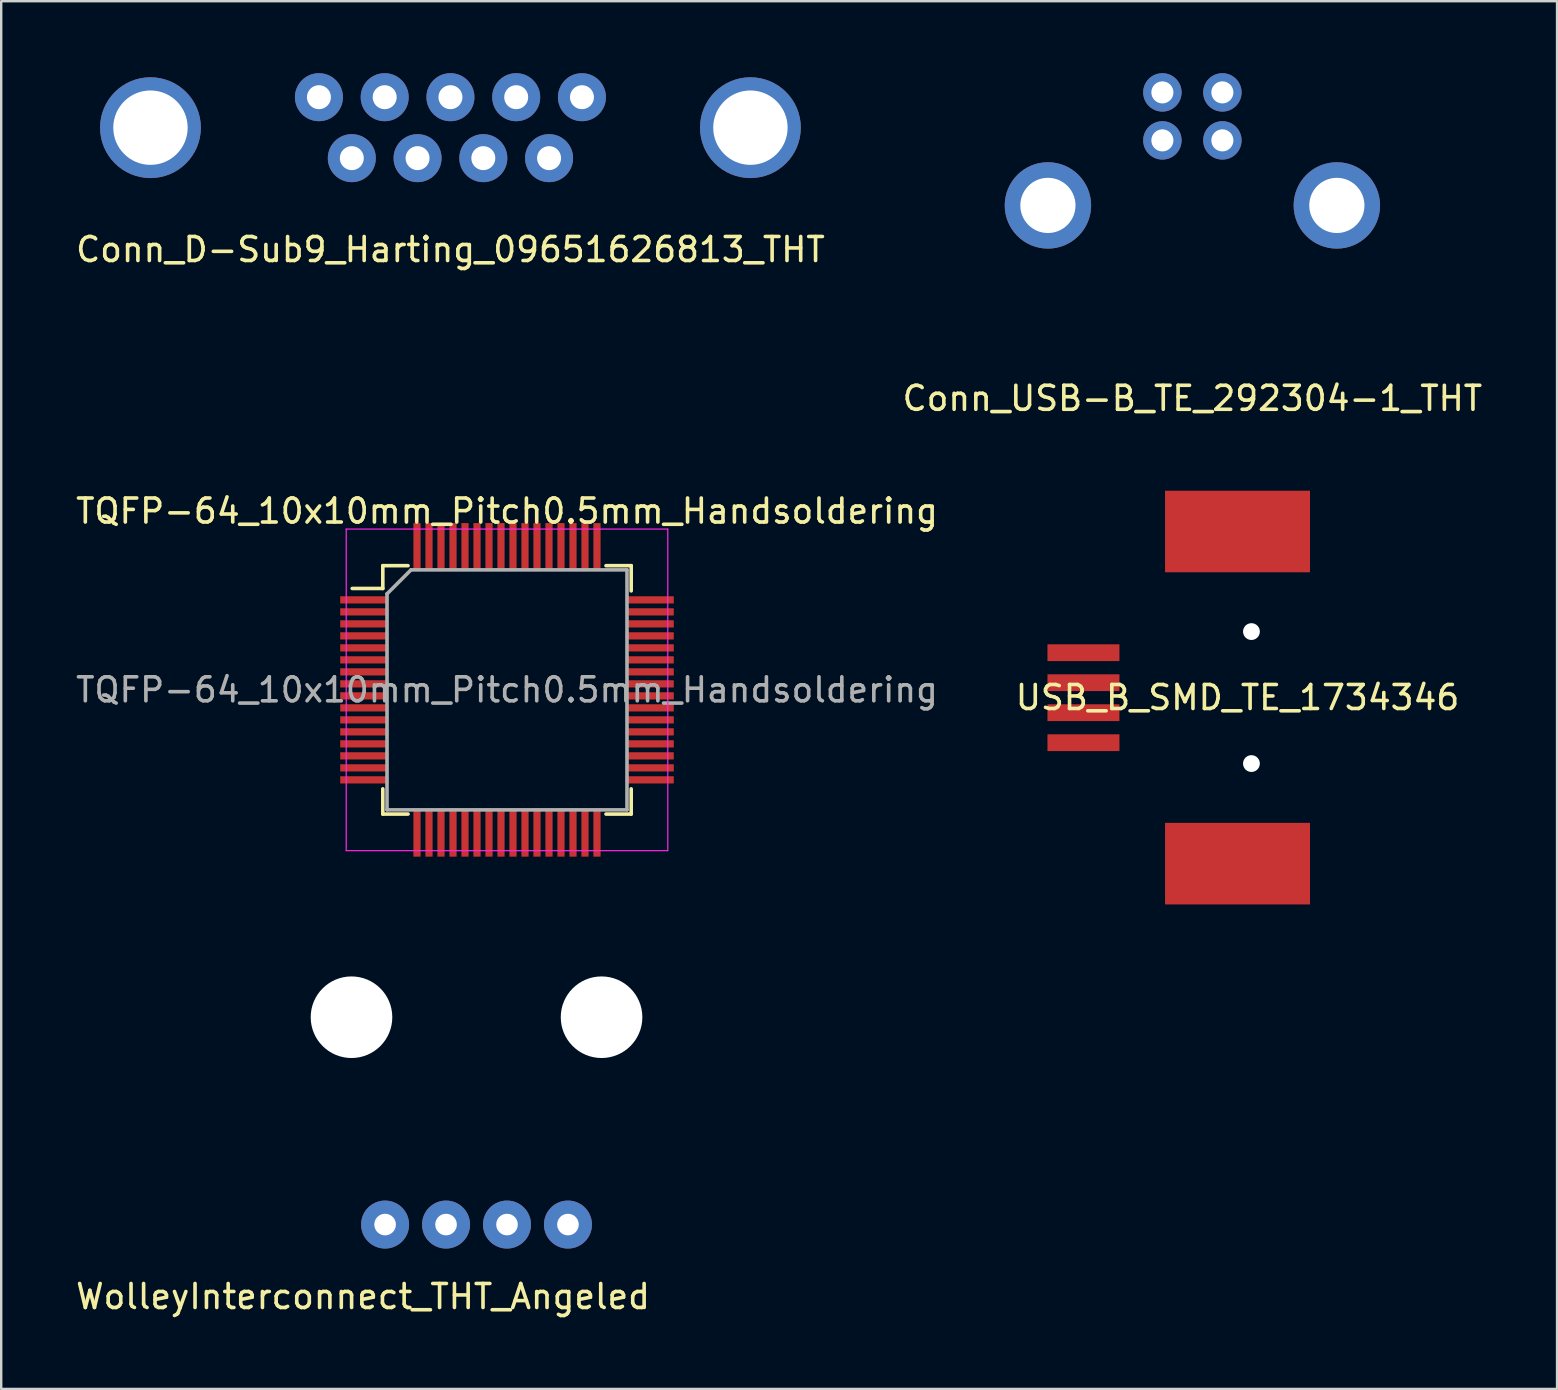
<source format=kicad_pcb>
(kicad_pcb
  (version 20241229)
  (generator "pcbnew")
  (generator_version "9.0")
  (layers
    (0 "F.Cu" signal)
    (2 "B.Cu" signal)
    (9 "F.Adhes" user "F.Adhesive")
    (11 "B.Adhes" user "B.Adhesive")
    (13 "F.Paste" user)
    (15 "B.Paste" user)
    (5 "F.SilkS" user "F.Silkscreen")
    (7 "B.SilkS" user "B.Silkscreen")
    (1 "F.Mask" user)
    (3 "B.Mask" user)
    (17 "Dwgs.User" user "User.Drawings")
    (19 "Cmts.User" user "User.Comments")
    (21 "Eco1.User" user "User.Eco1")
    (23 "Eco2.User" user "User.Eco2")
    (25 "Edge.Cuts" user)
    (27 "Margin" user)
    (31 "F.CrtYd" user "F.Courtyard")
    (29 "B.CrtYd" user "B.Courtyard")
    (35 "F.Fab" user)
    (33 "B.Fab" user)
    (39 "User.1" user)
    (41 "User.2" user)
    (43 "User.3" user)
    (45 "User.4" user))
  (footprint "USB_B_SMD_TE_1734346"
    (layer "F.Cu")
    (at 58.098 26.018)
    (property "Reference" "USB_B_SMD_TE_1734346" (at -9.58 0 0) (layer "F.SilkS") (effects (font (size 1 1) (thickness 0.15))))
    (attr through_hole)
    (pad "" np_thru_hole circle (at -9 -2.75) (size 0.7 0.7) (drill 0.7) (layers "*.Cu" "*.Mask"))
    (pad "" np_thru_hole circle (at -9 2.75) (size 0.7 0.7) (drill 0.7) (layers "*.Cu" "*.Mask"))
    (pad "1" smd rect (at -16 -1.87) (size 3 0.7) (layers "F.Cu" "F.Mask" "F.Paste"))
    (pad "2" smd rect (at -16 0.63) (size 3 0.7) (layers "F.Cu" "F.Mask" "F.Paste"))
    (pad "3" smd rect (at -16 1.88) (size 3 0.7) (layers "F.Cu" "F.Mask" "F.Paste"))
    (pad "4" smd rect (at -16 -0.62) (size 3 0.7) (layers "F.Cu" "F.Mask" "F.Paste"))
    (pad "5" smd rect (at -9.58 -6.92) (size 6.04 3.4) (layers "F.Cu" "F.Mask" "F.Paste"))
    (pad "5" smd rect (at -9.58 6.92) (size 6.04 3.4) (layers "F.Cu" "F.Mask" "F.Paste")))
  (footprint "Conn_D-Sub9_Harting_09651626813_THT"
    (layer "F.Cu")
    (at 15.72 2.27)
    (property "Reference" "Conn_D-Sub9_Harting_09651626813_THT" (at 0 5.08 0) (layer "F.SilkS") (effects (font (size 1 1) (thickness 0.15))))
    (attr through_hole)
    (pad "" thru_hole circle (at -12.5 0) (size 4.2 4.2) (drill 3.1) (layers "*.Cu" "*.Mask"))
    (pad "" thru_hole circle (at 12.5 0) (size 4.2 4.2) (drill 3.1) (layers "*.Cu" "*.Mask"))
    (pad "1" thru_hole circle (at -5.48 -1.27) (size 2 2) (drill 1) (layers "*.Cu" "*.Mask"))
    (pad "2" thru_hole circle (at -2.74 -1.27) (size 2 2) (drill 1) (layers "*.Cu" "*.Mask"))
    (pad "3" thru_hole circle (at 0 -1.27) (size 2 2) (drill 1) (layers "*.Cu" "*.Mask"))
    (pad "4" thru_hole circle (at 2.74 -1.27) (size 2 2) (drill 1) (layers "*.Cu" "*.Mask"))
    (pad "5" thru_hole circle (at 5.48 -1.27) (size 2 2) (drill 1) (layers "*.Cu" "*.Mask"))
    (pad "6" thru_hole circle (at -4.11 1.27) (size 2 2) (drill 1) (layers "*.Cu" "*.Mask"))
    (pad "7" thru_hole circle (at -1.37 1.27) (size 2 2) (drill 1) (layers "*.Cu" "*.Mask"))
    (pad "8" thru_hole circle (at 1.37 1.27) (size 2 2) (drill 1) (layers "*.Cu" "*.Mask"))
    (pad "9" thru_hole circle (at 4.11 1.27) (size 2 2) (drill 1) (layers "*.Cu" "*.Mask")))
  (footprint "WolleyInterconnect_THT_Angeled"
    (layer "F.Cu")
    (at 18.077 47.978)
    (property "Reference" "WolleyInterconnect_THT_Angeled" (at -6 3 0) (layer "F.SilkS") (effects (font (size 1 1) (thickness 0.15))))
    (attr through_hole)
    (pad "" np_thru_hole circle (at -6.48 -8.64) (size 3.4 3.4) (drill 3.4) (layers "*.Cu" "*.Mask"))
    (pad "" np_thru_hole circle (at 3.94 -8.64) (size 3.4 3.4) (drill 3.4) (layers "*.Cu" "*.Mask"))
    (pad "1" thru_hole circle (at -5.08 0) (size 2 2) (drill 0.9) (layers "*.Cu" "*.Mask"))
    (pad "2" thru_hole circle (at -2.54 0) (size 2 2) (drill 0.9) (layers "*.Cu" "*.Mask"))
    (pad "3" thru_hole circle (at 0 0) (size 2 2) (drill 0.9) (layers "*.Cu" "*.Mask"))
    (pad "4" thru_hole circle (at 2.54 0) (size 2 2) (drill 0.9) (layers "*.Cu" "*.Mask")))
  (footprint "TQFP-64_10x10mm_Pitch0.5mm_Handsoldering"
    (layer "F.Cu")
    (at 18.077 25.697)
    (property "Reference" "TQFP-64_10x10mm_Pitch0.5mm_Handsoldering" (at 0 -7.45 0) (layer "F.SilkS") (effects (font (size 1 1) (thickness 0.15))))
    (attr smd)
    (fp_line (start -5.175 -5.175) (end -5.175 -4.225) (stroke (width 0.15) (type solid)) (layer "F.SilkS"))
    (fp_line (start -5.175 -5.175) (end -4.125 -5.175) (stroke (width 0.15) (type solid)) (layer "F.SilkS"))
    (fp_line (start -5.175 -4.225) (end -6.45 -4.225) (stroke (width 0.15) (type solid)) (layer "F.SilkS"))
    (fp_line (start -5.175 5.175) (end -5.175 4.125) (stroke (width 0.15) (type solid)) (layer "F.SilkS"))
    (fp_line (start -5.175 5.175) (end -4.125 5.175) (stroke (width 0.15) (type solid)) (layer "F.SilkS"))
    (fp_line (start 5.175 -5.175) (end 4.125 -5.175) (stroke (width 0.15) (type solid)) (layer "F.SilkS"))
    (fp_line (start 5.175 -5.175) (end 5.175 -4.125) (stroke (width 0.15) (type solid)) (layer "F.SilkS"))
    (fp_line (start 5.175 5.175) (end 4.125 5.175) (stroke (width 0.15) (type solid)) (layer "F.SilkS"))
    (fp_line (start 5.175 5.175) (end 5.175 4.125) (stroke (width 0.15) (type solid)) (layer "F.SilkS"))
    (fp_line (start -6.7 -6.7) (end -6.7 6.7) (stroke (width 0.05) (type solid)) (layer "F.CrtYd"))
    (fp_line (start -6.7 -6.7) (end 6.7 -6.7) (stroke (width 0.05) (type solid)) (layer "F.CrtYd"))
    (fp_line (start -6.7 6.7) (end 6.7 6.7) (stroke (width 0.05) (type solid)) (layer "F.CrtYd"))
    (fp_line (start 6.7 -6.7) (end 6.7 6.7) (stroke (width 0.05) (type solid)) (layer "F.CrtYd"))
    (fp_line (start -5 -4) (end -4 -5) (stroke (width 0.15) (type solid)) (layer "F.Fab"))
    (fp_line (start -5 5) (end -5 -4) (stroke (width 0.15) (type solid)) (layer "F.Fab"))
    (fp_line (start -4 -5) (end 5 -5) (stroke (width 0.15) (type solid)) (layer "F.Fab"))
    (fp_line (start 5 -5) (end 5 5) (stroke (width 0.15) (type solid)) (layer "F.Fab"))
    (fp_line (start 5 5) (end -5 5) (stroke (width 0.15) (type solid)) (layer "F.Fab"))
    (fp_text user "${REFERENCE}" (at 0 0 0) (layer "F.Fab") (effects (font (size 1 1) (thickness 0.15))))
    (pad "1" smd rect (at -5.95 -3.75) (size 2 0.3) (layers "F.Cu" "F.Mask" "F.Paste"))
    (pad "2" smd rect (at -5.95 -3.25) (size 2 0.3) (layers "F.Cu" "F.Mask" "F.Paste"))
    (pad "3" smd rect (at -5.95 -2.75) (size 2 0.3) (layers "F.Cu" "F.Mask" "F.Paste"))
    (pad "4" smd rect (at -5.95 -2.25) (size 2 0.3) (layers "F.Cu" "F.Mask" "F.Paste"))
    (pad "5" smd rect (at -5.95 -1.75) (size 2 0.3) (layers "F.Cu" "F.Mask" "F.Paste"))
    (pad "6" smd rect (at -5.95 -1.25) (size 2 0.3) (layers "F.Cu" "F.Mask" "F.Paste"))
    (pad "7" smd rect (at -5.95 -0.75) (size 2 0.3) (layers "F.Cu" "F.Mask" "F.Paste"))
    (pad "8" smd rect (at -5.95 -0.25) (size 2 0.3) (layers "F.Cu" "F.Mask" "F.Paste"))
    (pad "9" smd rect (at -5.95 0.25) (size 2 0.3) (layers "F.Cu" "F.Mask" "F.Paste"))
    (pad "10" smd rect (at -5.95 0.75) (size 2 0.3) (layers "F.Cu" "F.Mask" "F.Paste"))
    (pad "11" smd rect (at -5.95 1.25) (size 2 0.3) (layers "F.Cu" "F.Mask" "F.Paste"))
    (pad "12" smd rect (at -5.95 1.75) (size 2 0.3) (layers "F.Cu" "F.Mask" "F.Paste"))
    (pad "13" smd rect (at -5.95 2.25) (size 2 0.3) (layers "F.Cu" "F.Mask" "F.Paste"))
    (pad "14" smd rect (at -5.95 2.75) (size 2 0.3) (layers "F.Cu" "F.Mask" "F.Paste"))
    (pad "15" smd rect (at -5.95 3.25) (size 2 0.3) (layers "F.Cu" "F.Mask" "F.Paste"))
    (pad "16" smd rect (at -5.95 3.75) (size 2 0.3) (layers "F.Cu" "F.Mask" "F.Paste"))
    (pad "17" smd rect (at -3.75 5.95 90) (size 2 0.3) (layers "F.Cu" "F.Mask" "F.Paste"))
    (pad "18" smd rect (at -3.25 5.95 90) (size 2 0.3) (layers "F.Cu" "F.Mask" "F.Paste"))
    (pad "19" smd rect (at -2.75 5.95 90) (size 2 0.3) (layers "F.Cu" "F.Mask" "F.Paste"))
    (pad "20" smd rect (at -2.25 5.95 90) (size 2 0.3) (layers "F.Cu" "F.Mask" "F.Paste"))
    (pad "21" smd rect (at -1.75 5.95 90) (size 2 0.3) (layers "F.Cu" "F.Mask" "F.Paste"))
    (pad "22" smd rect (at -1.25 5.95 90) (size 2 0.3) (layers "F.Cu" "F.Mask" "F.Paste"))
    (pad "23" smd rect (at -0.75 5.95 90) (size 2 0.3) (layers "F.Cu" "F.Mask" "F.Paste"))
    (pad "24" smd rect (at -0.25 5.95 90) (size 2 0.3) (layers "F.Cu" "F.Mask" "F.Paste"))
    (pad "25" smd rect (at 0.25 5.95 90) (size 2 0.3) (layers "F.Cu" "F.Mask" "F.Paste"))
    (pad "26" smd rect (at 0.75 5.95 90) (size 2 0.3) (layers "F.Cu" "F.Mask" "F.Paste"))
    (pad "27" smd rect (at 1.25 5.95 90) (size 2 0.3) (layers "F.Cu" "F.Mask" "F.Paste"))
    (pad "28" smd rect (at 1.75 5.95 90) (size 2 0.3) (layers "F.Cu" "F.Mask" "F.Paste"))
    (pad "29" smd rect (at 2.25 5.95 90) (size 2 0.3) (layers "F.Cu" "F.Mask" "F.Paste"))
    (pad "30" smd rect (at 2.75 5.95 90) (size 2 0.3) (layers "F.Cu" "F.Mask" "F.Paste"))
    (pad "31" smd rect (at 3.25 5.95 90) (size 2 0.3) (layers "F.Cu" "F.Mask" "F.Paste"))
    (pad "32" smd rect (at 3.75 5.95 90) (size 2 0.3) (layers "F.Cu" "F.Mask" "F.Paste"))
    (pad "33" smd rect (at 5.95 3.75) (size 2 0.3) (layers "F.Cu" "F.Mask" "F.Paste"))
    (pad "34" smd rect (at 5.95 3.25) (size 2 0.3) (layers "F.Cu" "F.Mask" "F.Paste"))
    (pad "35" smd rect (at 5.95 2.75) (size 2 0.3) (layers "F.Cu" "F.Mask" "F.Paste"))
    (pad "36" smd rect (at 5.95 2.25) (size 2 0.3) (layers "F.Cu" "F.Mask" "F.Paste"))
    (pad "37" smd rect (at 5.95 1.75) (size 2 0.3) (layers "F.Cu" "F.Mask" "F.Paste"))
    (pad "38" smd rect (at 5.95 1.25) (size 2 0.3) (layers "F.Cu" "F.Mask" "F.Paste"))
    (pad "39" smd rect (at 5.95 0.75) (size 2 0.3) (layers "F.Cu" "F.Mask" "F.Paste"))
    (pad "40" smd rect (at 5.95 0.25) (size 2 0.3) (layers "F.Cu" "F.Mask" "F.Paste"))
    (pad "41" smd rect (at 5.95 -0.25) (size 2 0.3) (layers "F.Cu" "F.Mask" "F.Paste"))
    (pad "42" smd rect (at 5.95 -0.75) (size 2 0.3) (layers "F.Cu" "F.Mask" "F.Paste"))
    (pad "43" smd rect (at 5.95 -1.25) (size 2 0.3) (layers "F.Cu" "F.Mask" "F.Paste"))
    (pad "44" smd rect (at 5.95 -1.75) (size 2 0.3) (layers "F.Cu" "F.Mask" "F.Paste"))
    (pad "45" smd rect (at 5.95 -2.25) (size 2 0.3) (layers "F.Cu" "F.Mask" "F.Paste"))
    (pad "46" smd rect (at 5.95 -2.75) (size 2 0.3) (layers "F.Cu" "F.Mask" "F.Paste"))
    (pad "47" smd rect (at 5.95 -3.25) (size 2 0.3) (layers "F.Cu" "F.Mask" "F.Paste"))
    (pad "48" smd rect (at 5.95 -3.75) (size 2 0.3) (layers "F.Cu" "F.Mask" "F.Paste"))
    (pad "49" smd rect (at 3.75 -5.95 90) (size 2 0.3) (layers "F.Cu" "F.Mask" "F.Paste"))
    (pad "50" smd rect (at 3.25 -5.95 90) (size 2 0.3) (layers "F.Cu" "F.Mask" "F.Paste"))
    (pad "51" smd rect (at 2.75 -5.95 90) (size 2 0.3) (layers "F.Cu" "F.Mask" "F.Paste"))
    (pad "52" smd rect (at 2.25 -5.95 90) (size 2 0.3) (layers "F.Cu" "F.Mask" "F.Paste"))
    (pad "53" smd rect (at 1.75 -5.95 90) (size 2 0.3) (layers "F.Cu" "F.Mask" "F.Paste"))
    (pad "54" smd rect (at 1.25 -5.95 90) (size 2 0.3) (layers "F.Cu" "F.Mask" "F.Paste"))
    (pad "55" smd rect (at 0.75 -5.95 90) (size 2 0.3) (layers "F.Cu" "F.Mask" "F.Paste"))
    (pad "56" smd rect (at 0.25 -5.95 90) (size 2 0.3) (layers "F.Cu" "F.Mask" "F.Paste"))
    (pad "57" smd rect (at -0.25 -5.95 90) (size 2 0.3) (layers "F.Cu" "F.Mask" "F.Paste"))
    (pad "58" smd rect (at -0.75 -5.95 90) (size 2 0.3) (layers "F.Cu" "F.Mask" "F.Paste"))
    (pad "59" smd rect (at -1.25 -5.95 90) (size 2 0.3) (layers "F.Cu" "F.Mask" "F.Paste"))
    (pad "60" smd rect (at -1.75 -5.95 90) (size 2 0.3) (layers "F.Cu" "F.Mask" "F.Paste"))
    (pad "61" smd rect (at -2.25 -5.95 90) (size 2 0.3) (layers "F.Cu" "F.Mask" "F.Paste"))
    (pad "62" smd rect (at -2.75 -5.95 90) (size 2 0.3) (layers "F.Cu" "F.Mask" "F.Paste"))
    (pad "63" smd rect (at -3.25 -5.95 90) (size 2 0.3) (layers "F.Cu" "F.Mask" "F.Paste"))
    (pad "64" smd rect (at -3.75 -5.95 90) (size 2 0.3) (layers "F.Cu" "F.Mask" "F.Paste")))
  (footprint "Conn_USB-B_TE_292304-1_THT"
    (layer "F.Cu")
    (at 46.637 13.05)
    (property "Reference" "Conn_USB-B_TE_292304-1_THT" (at 0 0.5 0) (layer "F.SilkS") (effects (font (size 1 1) (thickness 0.15))))
    (attr through_hole)
    (pad "1" thru_hole circle (at 1.25 -12.25) (size 1.6 1.6) (drill 0.92) (layers "*.Cu" "*.Mask"))
    (pad "2" thru_hole circle (at -1.25 -12.25) (size 1.6 1.6) (drill 0.92) (layers "*.Cu" "*.Mask"))
    (pad "3" thru_hole circle (at -1.25 -10.25) (size 1.6 1.6) (drill 0.92) (layers "*.Cu" "*.Mask"))
    (pad "4" thru_hole circle (at 1.25 -10.25) (size 1.6 1.6) (drill 0.92) (layers "*.Cu" "*.Mask"))
    (pad "5" thru_hole circle (at -6.02 -7.54) (size 3.6 3.6) (drill 2.3) (layers "*.Cu" "*.Mask"))
    (pad "5" thru_hole circle (at 6.02 -7.54) (size 3.6 3.6) (drill 2.3) (layers "*.Cu" "*.Mask")))
  (gr_rect
    (start -3 -3)
    (end 61.833 54.827)
    (stroke (width 0.1) (type default))
    (fill no)
    (layer "Edge.Cuts")))
</source>
